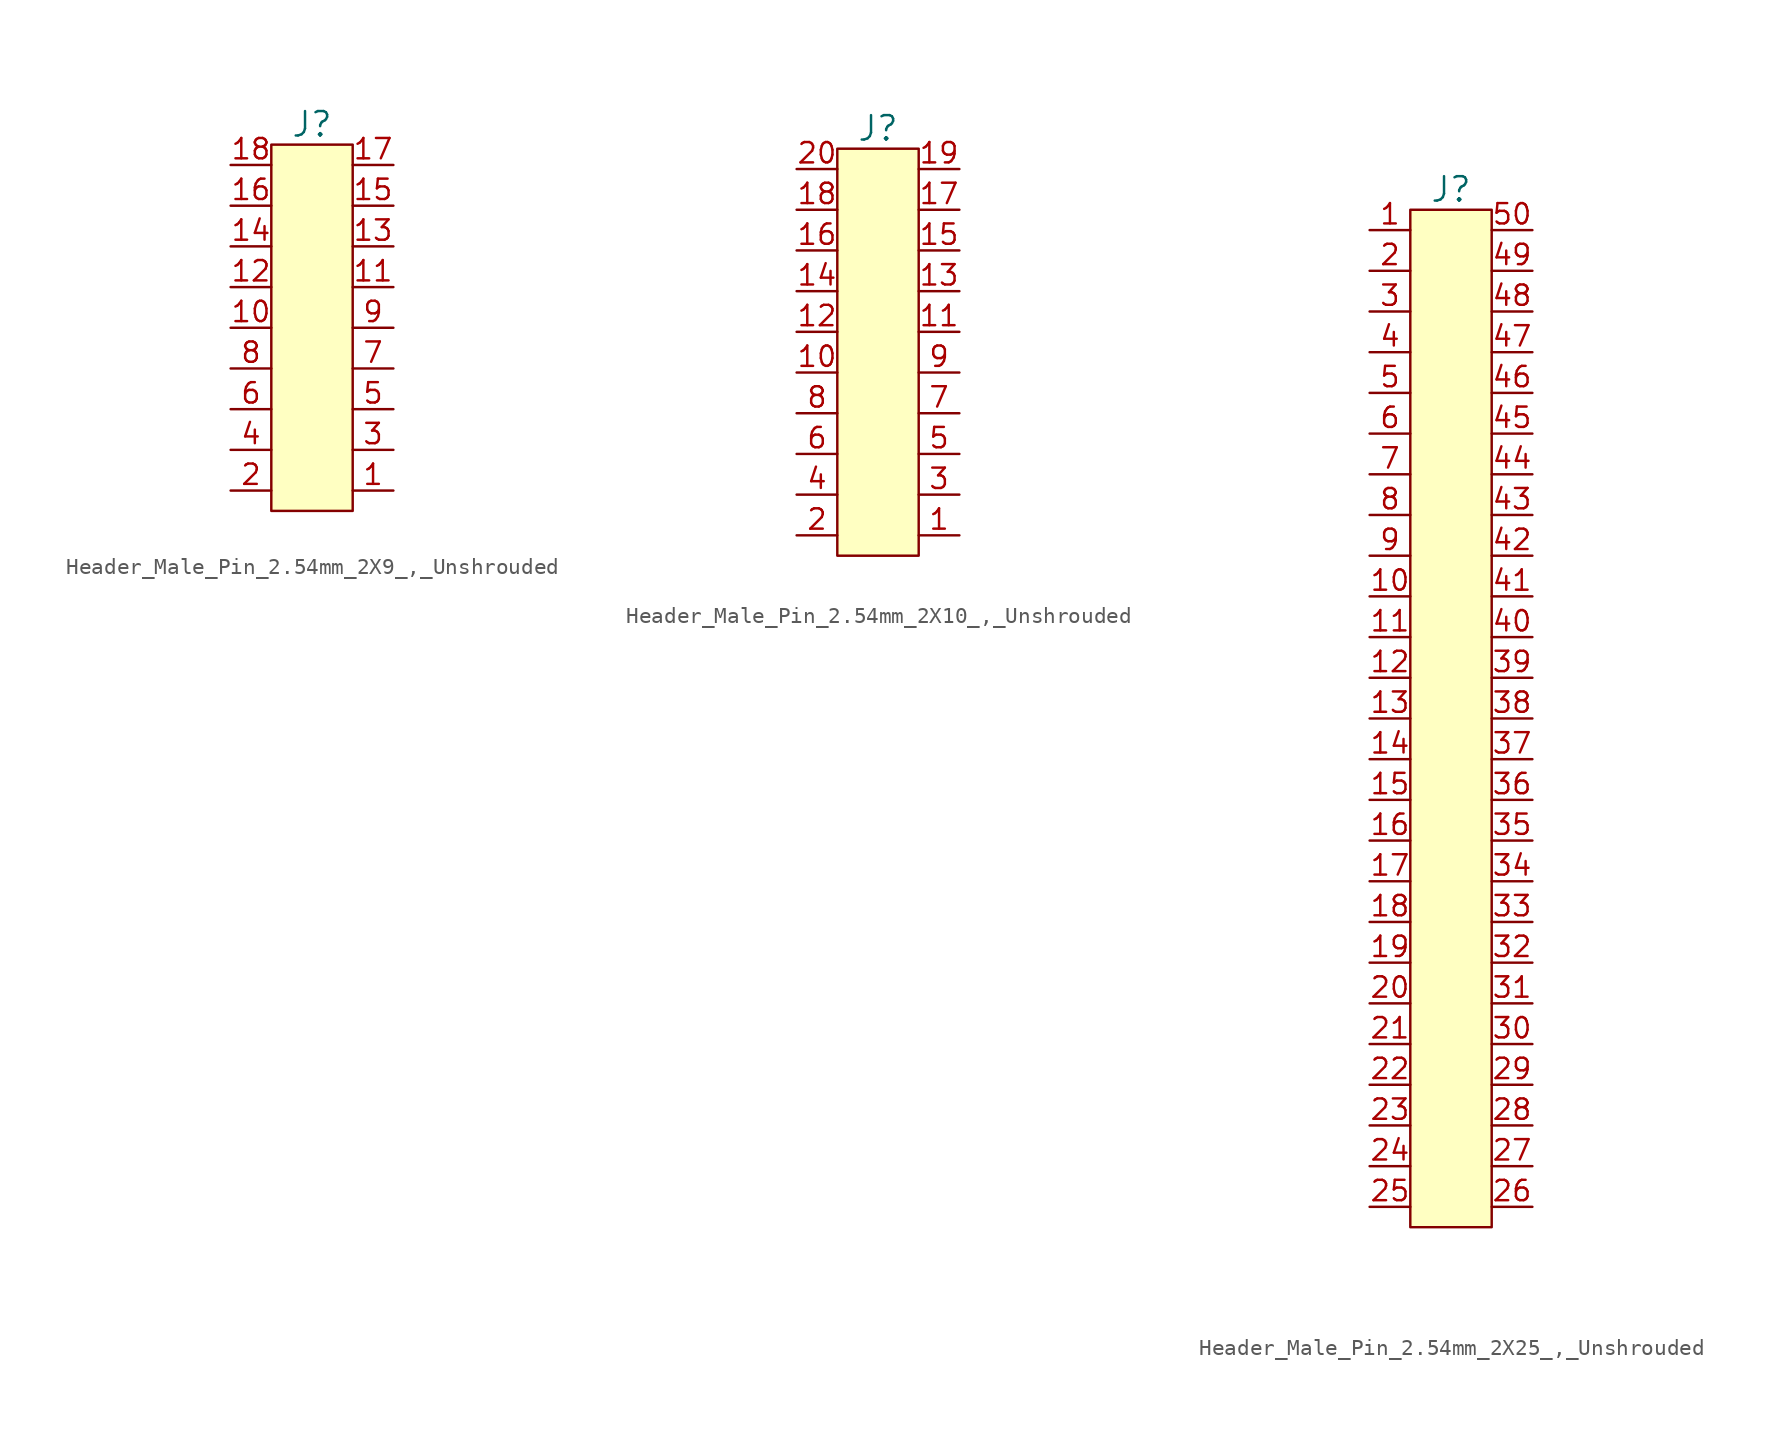
<source format=kicad_sym>
(kicad_symbol_lib
  (version 20220914)
  (generator kicad_symbol_editor)
  (symbol "Header_Male_Pin_2.54mm_2X9_,_Unshrouded"
    (pin_names
      (offset 0) hide)
    (property "Reference" "J"
      (at -2.54 22.86 0)
      (effects (font (size 1.524 1.524))))
    (symbol "Header_Male_Pin_2.54mm_2X9_,_Unshrouded_0_0"
      (rectangle (start -5.08 21.59) (end 0 -1.27) (stroke (width 0) (type default)) (fill (type background))))
    (symbol "Header_Male_Pin_2.54mm_2X9_,_Unshrouded_1_1"
      (pin passive line (at 2.54 0 180) (length 2.54) (name "~" (effects (font (size 1.016 1.016)))) (number "1" (effects (font (size 1.27 1.27)))))
      (pin passive line (at -7.62 10.16 0) (length 2.54) (name "~" (effects (font (size 0.762 0.762)))) (number "10" (effects (font (size 1.27 1.27)))))
      (pin passive line (at 2.54 12.7 180) (length 2.54) (name "~" (effects (font (size 0.889 0.889)))) (number "11" (effects (font (size 1.27 1.27)))))
      (pin passive line (at -7.62 12.7 0) (length 2.54) (name "~" (effects (font (size 0.762 0.762)))) (number "12" (effects (font (size 1.27 1.27)))))
      (pin passive line (at 2.54 15.24 180) (length 2.54) (name "~" (effects (font (size 0.889 0.889)))) (number "13" (effects (font (size 1.27 1.27)))))
      (pin passive line (at -7.62 15.24 0) (length 2.54) (name "~" (effects (font (size 0.762 0.762)))) (number "14" (effects (font (size 1.27 1.27)))))
      (pin passive line (at 2.54 17.78 180) (length 2.54) (name "~" (effects (font (size 0.889 0.889)))) (number "15" (effects (font (size 1.27 1.27)))))
      (pin passive line (at -7.62 17.78 0) (length 2.54) (name "~" (effects (font (size 0.762 0.762)))) (number "16" (effects (font (size 1.27 1.27)))))
      (pin passive line (at 2.54 20.32 180) (length 2.54) (name "~" (effects (font (size 0.889 0.889)))) (number "17" (effects (font (size 1.27 1.27)))))
      (pin passive line (at -7.62 20.32 0) (length 2.54) (name "~" (effects (font (size 0.762 0.762)))) (number "18" (effects (font (size 1.27 1.27)))))
      (pin passive line (at -7.62 0 0) (length 2.54) (name "~" (effects (font (size 1.016 1.016)))) (number "2" (effects (font (size 1.27 1.27)))))
      (pin passive line (at 2.54 2.54 180) (length 2.54) (name "~" (effects (font (size 1.27 1.27)))) (number "3" (effects (font (size 1.27 1.27)))))
      (pin passive line (at -7.62 2.54 0) (length 2.54) (name "~" (effects (font (size 1.27 1.27)))) (number "4" (effects (font (size 1.27 1.27)))))
      (pin passive line (at 2.54 5.08 180) (length 2.54) (name "~" (effects (font (size 0.889 0.889)))) (number "5" (effects (font (size 1.27 1.27)))))
      (pin passive line (at -7.62 5.08 0) (length 2.54) (name "~" (effects (font (size 0.762 0.762)))) (number "6" (effects (font (size 1.27 1.27)))))
      (pin passive line (at 2.54 7.62 180) (length 2.54) (name "~" (effects (font (size 0.889 0.889)))) (number "7" (effects (font (size 1.27 1.27)))))
      (pin passive line (at -7.62 7.62 0) (length 2.54) (name "~" (effects (font (size 0.762 0.762)))) (number "8" (effects (font (size 1.27 1.27)))))
      (pin passive line (at 2.54 10.16 180) (length 2.54) (name "~" (effects (font (size 0.889 0.889)))) (number "9" (effects (font (size 1.27 1.27)))))))
  (symbol "Header_Male_Pin_2.54mm_2X10_,_Unshrouded"
    (pin_names
      (offset 0) hide)
    (property "Reference" "J"
      (at -2.54 25.4 0)
      (effects (font (size 1.524 1.524))))
    (symbol "Header_Male_Pin_2.54mm_2X10_,_Unshrouded_0_0"
      (rectangle (start -5.08 24.13) (end 0 -1.27) (stroke (width 0) (type default)) (fill (type background))))
    (symbol "Header_Male_Pin_2.54mm_2X10_,_Unshrouded_1_1"
      (pin passive line (at 2.54 0 180) (length 2.54) (name "~" (effects (font (size 1.016 1.016)))) (number "1" (effects (font (size 1.27 1.27)))))
      (pin passive line (at -7.62 10.16 0) (length 2.54) (name "~" (effects (font (size 0.762 0.762)))) (number "10" (effects (font (size 1.27 1.27)))))
      (pin passive line (at 2.54 12.7 180) (length 2.54) (name "~" (effects (font (size 0.889 0.889)))) (number "11" (effects (font (size 1.27 1.27)))))
      (pin passive line (at -7.62 12.7 0) (length 2.54) (name "~" (effects (font (size 0.762 0.762)))) (number "12" (effects (font (size 1.27 1.27)))))
      (pin passive line (at 2.54 15.24 180) (length 2.54) (name "~" (effects (font (size 0.889 0.889)))) (number "13" (effects (font (size 1.27 1.27)))))
      (pin passive line (at -7.62 15.24 0) (length 2.54) (name "~" (effects (font (size 0.762 0.762)))) (number "14" (effects (font (size 1.27 1.27)))))
      (pin passive line (at 2.54 17.78 180) (length 2.54) (name "~" (effects (font (size 0.889 0.889)))) (number "15" (effects (font (size 1.27 1.27)))))
      (pin passive line (at -7.62 17.78 0) (length 2.54) (name "~" (effects (font (size 0.762 0.762)))) (number "16" (effects (font (size 1.27 1.27)))))
      (pin passive line (at 2.54 20.32 180) (length 2.54) (name "~" (effects (font (size 0.889 0.889)))) (number "17" (effects (font (size 1.27 1.27)))))
      (pin passive line (at -7.62 20.32 0) (length 2.54) (name "~" (effects (font (size 0.762 0.762)))) (number "18" (effects (font (size 1.27 1.27)))))
      (pin passive line (at 2.54 22.86 180) (length 2.54) (name "~" (effects (font (size 0.889 0.889)))) (number "19" (effects (font (size 1.27 1.27)))))
      (pin passive line (at -7.62 0 0) (length 2.54) (name "~" (effects (font (size 1.016 1.016)))) (number "2" (effects (font (size 1.27 1.27)))))
      (pin passive line (at -7.62 22.86 0) (length 2.54) (name "~" (effects (font (size 0.762 0.762)))) (number "20" (effects (font (size 1.27 1.27)))))
      (pin passive line (at 2.54 2.54 180) (length 2.54) (name "~" (effects (font (size 1.27 1.27)))) (number "3" (effects (font (size 1.27 1.27)))))
      (pin passive line (at -7.62 2.54 0) (length 2.54) (name "~" (effects (font (size 1.27 1.27)))) (number "4" (effects (font (size 1.27 1.27)))))
      (pin passive line (at 2.54 5.08 180) (length 2.54) (name "~" (effects (font (size 0.889 0.889)))) (number "5" (effects (font (size 1.27 1.27)))))
      (pin passive line (at -7.62 5.08 0) (length 2.54) (name "~" (effects (font (size 0.762 0.762)))) (number "6" (effects (font (size 1.27 1.27)))))
      (pin passive line (at 2.54 7.62 180) (length 2.54) (name "~" (effects (font (size 0.889 0.889)))) (number "7" (effects (font (size 1.27 1.27)))))
      (pin passive line (at -7.62 7.62 0) (length 2.54) (name "~" (effects (font (size 0.762 0.762)))) (number "8" (effects (font (size 1.27 1.27)))))
      (pin passive line (at 2.54 10.16 180) (length 2.54) (name "~" (effects (font (size 0.889 0.889)))) (number "9" (effects (font (size 1.27 1.27)))))))
  (symbol "Header_Male_Pin_2.54mm_2X25_,_Unshrouded"
    (pin_names
      (offset 0) hide)
    (property "Reference" "J"
      (at 0 31.75 0)
      (effects (font (size 1.524 1.524))))
    (symbol "Header_Male_Pin_2.54mm_2X25_,_Unshrouded_0_1"
      (rectangle (start -2.54 30.48) (end 2.54 -33.02) (stroke (width 0) (type default)) (fill (type background))))
    (symbol "Header_Male_Pin_2.54mm_2X25_,_Unshrouded_1_1"
      (pin input line (at -5.08 29.21 0) (length 2.54) (name "~" (effects (font (size 1.27 1.27)))) (number "1" (effects (font (size 1.27 1.27)))))
      (pin input line (at -5.08 6.35 0) (length 2.54) (name "~" (effects (font (size 1.27 1.27)))) (number "10" (effects (font (size 1.27 1.27)))))
      (pin input line (at -5.08 3.81 0) (length 2.54) (name "~" (effects (font (size 1.27 1.27)))) (number "11" (effects (font (size 1.27 1.27)))))
      (pin input line (at -5.08 1.27 0) (length 2.54) (name "~" (effects (font (size 1.27 1.27)))) (number "12" (effects (font (size 1.27 1.27)))))
      (pin input line (at -5.08 -1.27 0) (length 2.54) (name "~" (effects (font (size 1.27 1.27)))) (number "13" (effects (font (size 1.27 1.27)))))
      (pin input line (at -5.08 -3.81 0) (length 2.54) (name "~" (effects (font (size 1.27 1.27)))) (number "14" (effects (font (size 1.27 1.27)))))
      (pin input line (at -5.08 -6.35 0) (length 2.54) (name "~" (effects (font (size 1.27 1.27)))) (number "15" (effects (font (size 1.27 1.27)))))
      (pin input line (at -5.08 -8.89 0) (length 2.54) (name "~" (effects (font (size 1.27 1.27)))) (number "16" (effects (font (size 1.27 1.27)))))
      (pin input line (at -5.08 -11.43 0) (length 2.54) (name "~" (effects (font (size 1.27 1.27)))) (number "17" (effects (font (size 1.27 1.27)))))
      (pin input line (at -5.08 -13.97 0) (length 2.54) (name "~" (effects (font (size 1.27 1.27)))) (number "18" (effects (font (size 1.27 1.27)))))
      (pin input line (at -5.08 -16.51 0) (length 2.54) (name "~" (effects (font (size 1.27 1.27)))) (number "19" (effects (font (size 1.27 1.27)))))
      (pin input line (at -5.08 26.67 0) (length 2.54) (name "~" (effects (font (size 1.27 1.27)))) (number "2" (effects (font (size 1.27 1.27)))))
      (pin input line (at -5.08 -19.05 0) (length 2.54) (name "~" (effects (font (size 1.27 1.27)))) (number "20" (effects (font (size 1.27 1.27)))))
      (pin input line (at -5.08 -21.59 0) (length 2.54) (name "~" (effects (font (size 1.27 1.27)))) (number "21" (effects (font (size 1.27 1.27)))))
      (pin input line (at -5.08 -24.13 0) (length 2.54) (name "~" (effects (font (size 1.27 1.27)))) (number "22" (effects (font (size 1.27 1.27)))))
      (pin input line (at -5.08 -26.67 0) (length 2.54) (name "~" (effects (font (size 1.27 1.27)))) (number "23" (effects (font (size 1.27 1.27)))))
      (pin input line (at -5.08 -29.21 0) (length 2.54) (name "~" (effects (font (size 1.27 1.27)))) (number "24" (effects (font (size 1.27 1.27)))))
      (pin input line (at -5.08 -31.75 0) (length 2.54) (name "~" (effects (font (size 1.27 1.27)))) (number "25" (effects (font (size 1.27 1.27)))))
      (pin input line (at 5.08 -31.75 180) (length 2.54) (name "~" (effects (font (size 1.27 1.27)))) (number "26" (effects (font (size 1.27 1.27)))))
      (pin input line (at 5.08 -29.21 180) (length 2.54) (name "~" (effects (font (size 1.27 1.27)))) (number "27" (effects (font (size 1.27 1.27)))))
      (pin input line (at 5.08 -26.67 180) (length 2.54) (name "~" (effects (font (size 1.27 1.27)))) (number "28" (effects (font (size 1.27 1.27)))))
      (pin input line (at 5.08 -24.13 180) (length 2.54) (name "~" (effects (font (size 1.27 1.27)))) (number "29" (effects (font (size 1.27 1.27)))))
      (pin input line (at -5.08 24.13 0) (length 2.54) (name "~" (effects (font (size 1.27 1.27)))) (number "3" (effects (font (size 1.27 1.27)))))
      (pin input line (at 5.08 -21.59 180) (length 2.54) (name "~" (effects (font (size 1.27 1.27)))) (number "30" (effects (font (size 1.27 1.27)))))
      (pin input line (at 5.08 -19.05 180) (length 2.54) (name "~" (effects (font (size 1.27 1.27)))) (number "31" (effects (font (size 1.27 1.27)))))
      (pin input line (at 5.08 -16.51 180) (length 2.54) (name "~" (effects (font (size 1.27 1.27)))) (number "32" (effects (font (size 1.27 1.27)))))
      (pin input line (at 5.08 -13.97 180) (length 2.54) (name "~" (effects (font (size 1.27 1.27)))) (number "33" (effects (font (size 1.27 1.27)))))
      (pin input line (at 5.08 -11.43 180) (length 2.54) (name "~" (effects (font (size 1.27 1.27)))) (number "34" (effects (font (size 1.27 1.27)))))
      (pin input line (at 5.08 -8.89 180) (length 2.54) (name "~" (effects (font (size 1.27 1.27)))) (number "35" (effects (font (size 1.27 1.27)))))
      (pin input line (at 5.08 -6.35 180) (length 2.54) (name "~" (effects (font (size 1.27 1.27)))) (number "36" (effects (font (size 1.27 1.27)))))
      (pin input line (at 5.08 -3.81 180) (length 2.54) (name "~" (effects (font (size 1.27 1.27)))) (number "37" (effects (font (size 1.27 1.27)))))
      (pin input line (at 5.08 -1.27 180) (length 2.54) (name "~" (effects (font (size 1.27 1.27)))) (number "38" (effects (font (size 1.27 1.27)))))
      (pin input line (at 5.08 1.27 180) (length 2.54) (name "~" (effects (font (size 1.27 1.27)))) (number "39" (effects (font (size 1.27 1.27)))))
      (pin input line (at -5.08 21.59 0) (length 2.54) (name "~" (effects (font (size 1.27 1.27)))) (number "4" (effects (font (size 1.27 1.27)))))
      (pin input line (at 5.08 3.81 180) (length 2.54) (name "~" (effects (font (size 1.27 1.27)))) (number "40" (effects (font (size 1.27 1.27)))))
      (pin input line (at 5.08 6.35 180) (length 2.54) (name "~" (effects (font (size 1.27 1.27)))) (number "41" (effects (font (size 1.27 1.27)))))
      (pin input line (at 5.08 8.89 180) (length 2.54) (name "~" (effects (font (size 1.27 1.27)))) (number "42" (effects (font (size 1.27 1.27)))))
      (pin input line (at 5.08 11.43 180) (length 2.54) (name "~" (effects (font (size 1.27 1.27)))) (number "43" (effects (font (size 1.27 1.27)))))
      (pin input line (at 5.08 13.97 180) (length 2.54) (name "~" (effects (font (size 1.27 1.27)))) (number "44" (effects (font (size 1.27 1.27)))))
      (pin input line (at 5.08 16.51 180) (length 2.54) (name "~" (effects (font (size 1.27 1.27)))) (number "45" (effects (font (size 1.27 1.27)))))
      (pin input line (at 5.08 19.05 180) (length 2.54) (name "~" (effects (font (size 1.27 1.27)))) (number "46" (effects (font (size 1.27 1.27)))))
      (pin input line (at 5.08 21.59 180) (length 2.54) (name "~" (effects (font (size 1.27 1.27)))) (number "47" (effects (font (size 1.27 1.27)))))
      (pin input line (at 5.08 24.13 180) (length 2.54) (name "~" (effects (font (size 1.27 1.27)))) (number "48" (effects (font (size 1.27 1.27)))))
      (pin input line (at 5.08 26.67 180) (length 2.54) (name "~" (effects (font (size 1.27 1.27)))) (number "49" (effects (font (size 1.27 1.27)))))
      (pin input line (at -5.08 19.05 0) (length 2.54) (name "~" (effects (font (size 1.27 1.27)))) (number "5" (effects (font (size 1.27 1.27)))))
      (pin input line (at 5.08 29.21 180) (length 2.54) (name "~" (effects (font (size 1.27 1.27)))) (number "50" (effects (font (size 1.27 1.27)))))
      (pin input line (at -5.08 16.51 0) (length 2.54) (name "~" (effects (font (size 1.27 1.27)))) (number "6" (effects (font (size 1.27 1.27)))))
      (pin input line (at -5.08 13.97 0) (length 2.54) (name "~" (effects (font (size 1.27 1.27)))) (number "7" (effects (font (size 1.27 1.27)))))
      (pin input line (at -5.08 11.43 0) (length 2.54) (name "~" (effects (font (size 1.27 1.27)))) (number "8" (effects (font (size 1.27 1.27)))))
      (pin input line (at -5.08 8.89 0) (length 2.54) (name "~" (effects (font (size 1.27 1.27)))) (number "9" (effects (font (size 1.27 1.27))))))))
</source>
